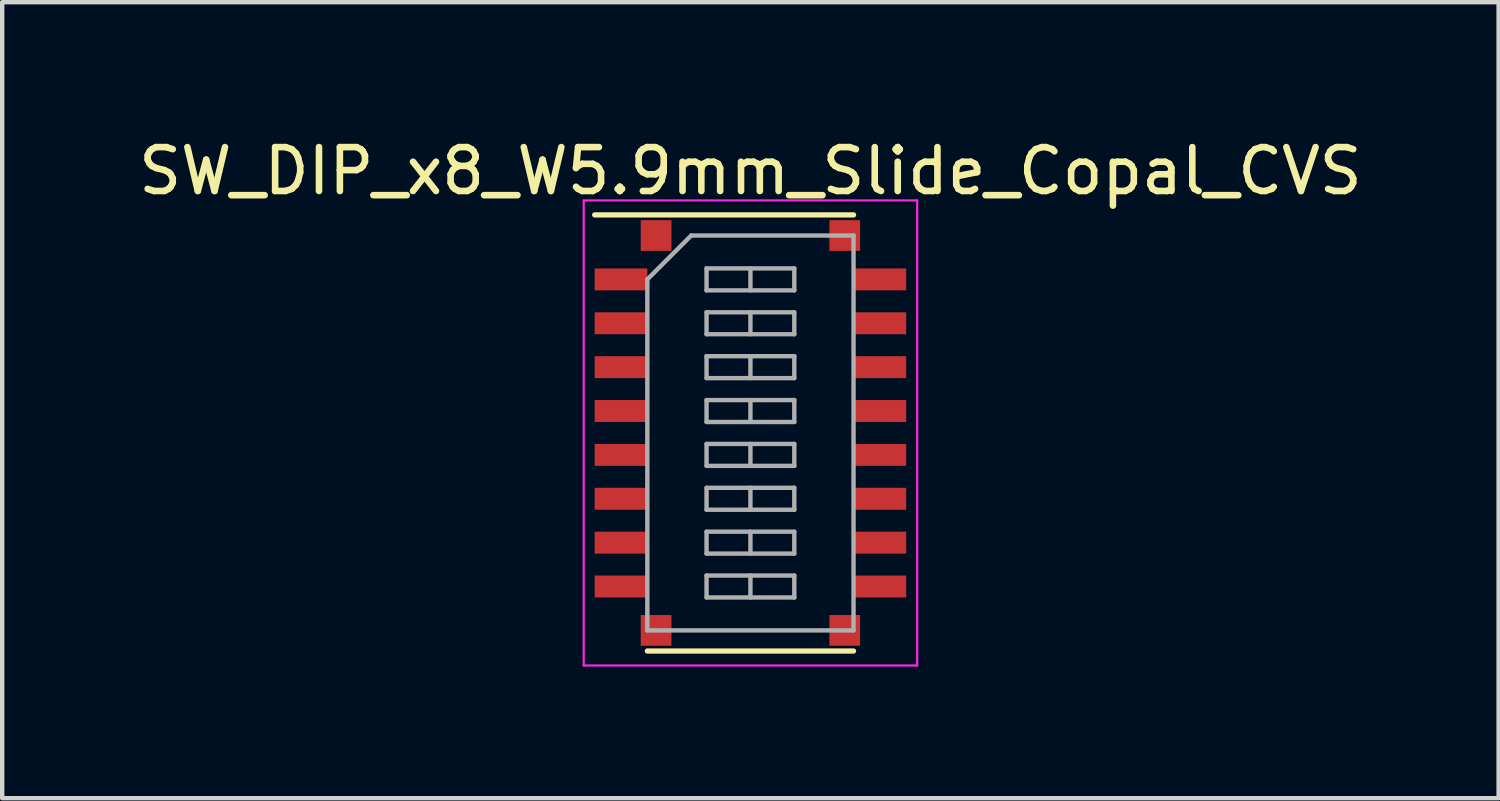
<source format=kicad_pcb>
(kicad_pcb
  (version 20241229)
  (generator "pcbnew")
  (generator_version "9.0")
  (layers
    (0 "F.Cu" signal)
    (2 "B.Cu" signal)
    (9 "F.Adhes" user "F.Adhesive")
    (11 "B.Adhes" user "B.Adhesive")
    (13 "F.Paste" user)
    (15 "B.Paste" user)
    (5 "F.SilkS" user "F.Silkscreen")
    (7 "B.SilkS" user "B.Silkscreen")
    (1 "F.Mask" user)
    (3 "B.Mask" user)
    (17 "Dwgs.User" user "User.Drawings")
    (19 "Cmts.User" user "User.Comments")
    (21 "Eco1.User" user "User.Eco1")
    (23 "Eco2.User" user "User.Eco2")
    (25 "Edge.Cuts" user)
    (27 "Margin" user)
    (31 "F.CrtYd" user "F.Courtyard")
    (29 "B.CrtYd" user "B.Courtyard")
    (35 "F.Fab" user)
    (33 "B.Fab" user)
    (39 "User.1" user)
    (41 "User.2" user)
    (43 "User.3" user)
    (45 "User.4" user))
  (footprint "SW_DIP_x8_W5.9mm_Slide_Copal_CVS"
    (layer "F.Cu")
    (at 14.054 6.818)
    (property "Reference" "SW_DIP_x8_W5.9mm_Slide_Copal_CVS" (at 0 -5.97 0) (layer "F.SilkS") (effects (font (size 1 1) (thickness 0.15))))
    (attr smd)
    (fp_line (start -3.55 -4.97) (end 2.35 -4.97) (stroke (width 0.12) (type solid)) (layer "F.SilkS"))
    (fp_line (start -2.35 4.97) (end 2.35 4.97) (stroke (width 0.12) (type solid)) (layer "F.SilkS"))
    (fp_line (start -3.8 -5.3) (end -3.8 5.3) (stroke (width 0.05) (type solid)) (layer "F.CrtYd"))
    (fp_line (start -3.8 5.3) (end 3.8 5.3) (stroke (width 0.05) (type solid)) (layer "F.CrtYd"))
    (fp_line (start 3.8 -5.3) (end -3.8 -5.3) (stroke (width 0.05) (type solid)) (layer "F.CrtYd"))
    (fp_line (start 3.8 5.3) (end 3.8 -5.3) (stroke (width 0.05) (type solid)) (layer "F.CrtYd"))
    (fp_line (start -2.35 -3.5) (end -1.35 -4.5) (stroke (width 0.1) (type solid)) (layer "F.Fab"))
    (fp_line (start -2.35 4.5) (end -2.35 -3.5) (stroke (width 0.1) (type solid)) (layer "F.Fab"))
    (fp_line (start -1.35 -4.5) (end 2.35 -4.5) (stroke (width 0.1) (type solid)) (layer "F.Fab"))
    (fp_line (start -1 -3.75) (end -1 -3.25) (stroke (width 0.1) (type solid)) (layer "F.Fab"))
    (fp_line (start -1 -3.25) (end 1 -3.25) (stroke (width 0.1) (type solid)) (layer "F.Fab"))
    (fp_line (start -1 -2.75) (end -1 -2.25) (stroke (width 0.1) (type solid)) (layer "F.Fab"))
    (fp_line (start -1 -2.25) (end 1 -2.25) (stroke (width 0.1) (type solid)) (layer "F.Fab"))
    (fp_line (start -1 -1.75) (end -1 -1.25) (stroke (width 0.1) (type solid)) (layer "F.Fab"))
    (fp_line (start -1 -1.25) (end 1 -1.25) (stroke (width 0.1) (type solid)) (layer "F.Fab"))
    (fp_line (start -1 -0.75) (end -1 -0.25) (stroke (width 0.1) (type solid)) (layer "F.Fab"))
    (fp_line (start -1 -0.25) (end 1 -0.25) (stroke (width 0.1) (type solid)) (layer "F.Fab"))
    (fp_line (start -1 0.25) (end -1 0.75) (stroke (width 0.1) (type solid)) (layer "F.Fab"))
    (fp_line (start -1 0.75) (end 1 0.75) (stroke (width 0.1) (type solid)) (layer "F.Fab"))
    (fp_line (start -1 1.25) (end -1 1.75) (stroke (width 0.1) (type solid)) (layer "F.Fab"))
    (fp_line (start -1 1.75) (end 1 1.75) (stroke (width 0.1) (type solid)) (layer "F.Fab"))
    (fp_line (start -1 2.25) (end -1 2.75) (stroke (width 0.1) (type solid)) (layer "F.Fab"))
    (fp_line (start -1 2.75) (end 1 2.75) (stroke (width 0.1) (type solid)) (layer "F.Fab"))
    (fp_line (start -1 3.25) (end -1 3.75) (stroke (width 0.1) (type solid)) (layer "F.Fab"))
    (fp_line (start -1 3.75) (end 1 3.75) (stroke (width 0.1) (type solid)) (layer "F.Fab"))
    (fp_line (start 0 -3.75) (end 0 -3.25) (stroke (width 0.1) (type solid)) (layer "F.Fab"))
    (fp_line (start 0 -2.75) (end 0 -2.25) (stroke (width 0.1) (type solid)) (layer "F.Fab"))
    (fp_line (start 0 -1.75) (end 0 -1.25) (stroke (width 0.1) (type solid)) (layer "F.Fab"))
    (fp_line (start 0 -0.75) (end 0 -0.25) (stroke (width 0.1) (type solid)) (layer "F.Fab"))
    (fp_line (start 0 0.25) (end 0 0.75) (stroke (width 0.1) (type solid)) (layer "F.Fab"))
    (fp_line (start 0 1.25) (end 0 1.75) (stroke (width 0.1) (type solid)) (layer "F.Fab"))
    (fp_line (start 0 2.25) (end 0 2.75) (stroke (width 0.1) (type solid)) (layer "F.Fab"))
    (fp_line (start 0 3.25) (end 0 3.75) (stroke (width 0.1) (type solid)) (layer "F.Fab"))
    (fp_line (start 1 -3.75) (end -1 -3.75) (stroke (width 0.1) (type solid)) (layer "F.Fab"))
    (fp_line (start 1 -3.25) (end 1 -3.75) (stroke (width 0.1) (type solid)) (layer "F.Fab"))
    (fp_line (start 1 -2.75) (end -1 -2.75) (stroke (width 0.1) (type solid)) (layer "F.Fab"))
    (fp_line (start 1 -2.25) (end 1 -2.75) (stroke (width 0.1) (type solid)) (layer "F.Fab"))
    (fp_line (start 1 -1.75) (end -1 -1.75) (stroke (width 0.1) (type solid)) (layer "F.Fab"))
    (fp_line (start 1 -1.25) (end 1 -1.75) (stroke (width 0.1) (type solid)) (layer "F.Fab"))
    (fp_line (start 1 -0.75) (end -1 -0.75) (stroke (width 0.1) (type solid)) (layer "F.Fab"))
    (fp_line (start 1 -0.25) (end 1 -0.75) (stroke (width 0.1) (type solid)) (layer "F.Fab"))
    (fp_line (start 1 0.25) (end -1 0.25) (stroke (width 0.1) (type solid)) (layer "F.Fab"))
    (fp_line (start 1 0.75) (end 1 0.25) (stroke (width 0.1) (type solid)) (layer "F.Fab"))
    (fp_line (start 1 1.25) (end -1 1.25) (stroke (width 0.1) (type solid)) (layer "F.Fab"))
    (fp_line (start 1 1.75) (end 1 1.25) (stroke (width 0.1) (type solid)) (layer "F.Fab"))
    (fp_line (start 1 2.25) (end -1 2.25) (stroke (width 0.1) (type solid)) (layer "F.Fab"))
    (fp_line (start 1 2.75) (end 1 2.25) (stroke (width 0.1) (type solid)) (layer "F.Fab"))
    (fp_line (start 1 3.25) (end -1 3.25) (stroke (width 0.1) (type solid)) (layer "F.Fab"))
    (fp_line (start 1 3.75) (end 1 3.25) (stroke (width 0.1) (type solid)) (layer "F.Fab"))
    (fp_line (start 2.35 -4.5) (end 2.35 4.5) (stroke (width 0.1) (type solid)) (layer "F.Fab"))
    (fp_line (start 2.35 4.5) (end -2.35 4.5) (stroke (width 0.1) (type solid)) (layer "F.Fab"))
    (pad "1" smd rect (at -2.95 -3.5) (size 1.2 0.5) (layers "F.Cu" "F.Mask"))
    (pad "2" smd rect (at -2.95 -2.5) (size 1.2 0.5) (layers "F.Cu" "F.Mask"))
    (pad "3" smd rect (at -2.95 -1.5) (size 1.2 0.5) (layers "F.Cu" "F.Mask"))
    (pad "4" smd rect (at -2.95 -0.5) (size 1.2 0.5) (layers "F.Cu" "F.Mask"))
    (pad "5" smd rect (at -2.95 0.5) (size 1.2 0.5) (layers "F.Cu" "F.Mask"))
    (pad "6" smd rect (at -2.95 1.5) (size 1.2 0.5) (layers "F.Cu" "F.Mask"))
    (pad "7" smd rect (at -2.95 2.5) (size 1.2 0.5) (layers "F.Cu" "F.Mask"))
    (pad "8" smd rect (at -2.95 3.5) (size 1.2 0.5) (layers "F.Cu" "F.Mask"))
    (pad "9" smd rect (at 2.95 3.5) (size 1.2 0.5) (layers "F.Cu" "F.Mask"))
    (pad "10" smd rect (at 2.95 2.5) (size 1.2 0.5) (layers "F.Cu" "F.Mask"))
    (pad "11" smd rect (at 2.95 1.5) (size 1.2 0.5) (layers "F.Cu" "F.Mask"))
    (pad "12" smd rect (at 2.95 0.5) (size 1.2 0.5) (layers "F.Cu" "F.Mask"))
    (pad "13" smd rect (at 2.95 -0.5) (size 1.2 0.5) (layers "F.Cu" "F.Mask"))
    (pad "14" smd rect (at 2.95 -1.5) (size 1.2 0.5) (layers "F.Cu" "F.Mask"))
    (pad "15" smd rect (at 2.95 -2.5) (size 1.2 0.5) (layers "F.Cu" "F.Mask"))
    (pad "16" smd rect (at 2.95 -3.5) (size 1.2 0.5) (layers "F.Cu" "F.Mask"))
    (pad "17" smd rect (at -2.15 -4.5) (size 0.7 0.7) (layers "F.Cu" "F.Mask"))
    (pad "17" smd rect (at -2.15 4.5) (size 0.7 0.7) (layers "F.Cu" "F.Mask"))
    (pad "17" smd rect (at 2.15 -4.5) (size 0.7 0.7) (layers "F.Cu" "F.Mask"))
    (pad "17" smd rect (at 2.15 4.5) (size 0.7 0.7) (layers "F.Cu" "F.Mask")))
  (gr_rect
    (start -3 -3)
    (end 31.107 15.143)
    (stroke (width 0.1) (type default))
    (fill no)
    (layer "Edge.Cuts")))
</source>
